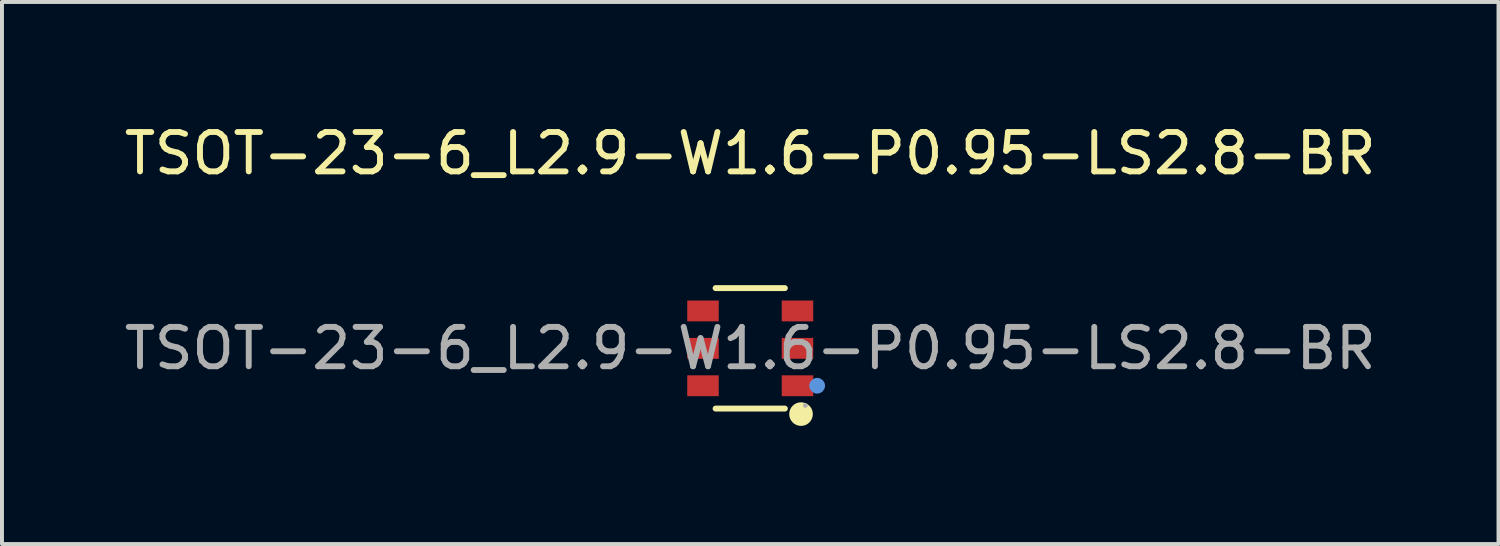
<source format=kicad_pcb>
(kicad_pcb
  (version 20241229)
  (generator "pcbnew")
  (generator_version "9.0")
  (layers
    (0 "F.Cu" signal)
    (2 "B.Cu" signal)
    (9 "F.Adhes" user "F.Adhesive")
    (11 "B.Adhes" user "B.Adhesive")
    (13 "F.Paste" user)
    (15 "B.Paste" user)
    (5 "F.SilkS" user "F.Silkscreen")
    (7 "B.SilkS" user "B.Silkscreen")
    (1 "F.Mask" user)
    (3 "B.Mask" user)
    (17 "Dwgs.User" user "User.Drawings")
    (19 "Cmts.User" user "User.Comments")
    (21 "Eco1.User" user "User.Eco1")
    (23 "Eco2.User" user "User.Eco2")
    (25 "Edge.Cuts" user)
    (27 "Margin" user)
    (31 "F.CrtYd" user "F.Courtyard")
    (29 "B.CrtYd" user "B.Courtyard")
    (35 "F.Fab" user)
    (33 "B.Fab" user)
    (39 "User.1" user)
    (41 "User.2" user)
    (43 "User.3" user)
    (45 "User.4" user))
  (footprint "TSOT-23-6_L2.9-W1.6-P0.95-LS2.8-BR"
    (layer "F.Cu")
    (at 16.006 5.798)
    (property "Reference" "TSOT-23-6_L2.9-W1.6-P0.95-LS2.8-BR" (at 0 -4.95 0) (layer "F.SilkS") (effects (font (size 1 1) (thickness 0.15))))
    (attr through_hole)
    (fp_line (start 0.88 -1.53) (end -0.88 -1.53) (stroke (width 0.15) (type solid)) (layer "F.SilkS"))
    (fp_line (start 0.88 1.53) (end -0.88 1.53) (stroke (width 0.15) (type solid)) (layer "F.SilkS"))
    (fp_circle (center 1.29 1.67) (end 1.44 1.67) (stroke (width 0.3) (type solid)) (fill no) (layer "F.SilkS"))
    (fp_circle (center 1.7 0.95) (end 1.8 0.95) (stroke (width 0.2) (type solid)) (fill no) (layer "Cmts.User"))
    (fp_circle (center 1.4 1.45) (end 1.43 1.45) (stroke (width 0.06) (type solid)) (fill no) (layer "F.Fab"))
    (fp_text user "${REFERENCE}" (at 0 0 0) (layer "F.Fab") (effects (font (size 1 1) (thickness 0.15))))
    (pad "1" smd rect (at 1.2 0.95) (size 0.8 0.53) (layers "F.Cu" "F.Mask" "F.Paste"))
    (pad "2" smd rect (at 1.2 0) (size 0.8 0.53) (layers "F.Cu" "F.Mask" "F.Paste"))
    (pad "3" smd rect (at 1.2 -0.95) (size 0.8 0.53) (layers "F.Cu" "F.Mask" "F.Paste"))
    (pad "4" smd rect (at -1.2 -0.95) (size 0.8 0.53) (layers "F.Cu" "F.Mask" "F.Paste"))
    (pad "5" smd rect (at -1.2 0) (size 0.8 0.53) (layers "F.Cu" "F.Mask" "F.Paste"))
    (pad "6" smd rect (at -1.2 0.95) (size 0.8 0.53) (layers "F.Cu" "F.Mask" "F.Paste")))
  (gr_rect
    (start -3 -3)
    (end 35.012 10.768)
    (stroke (width 0.1) (type default))
    (fill no)
    (layer "Edge.Cuts")))
</source>
